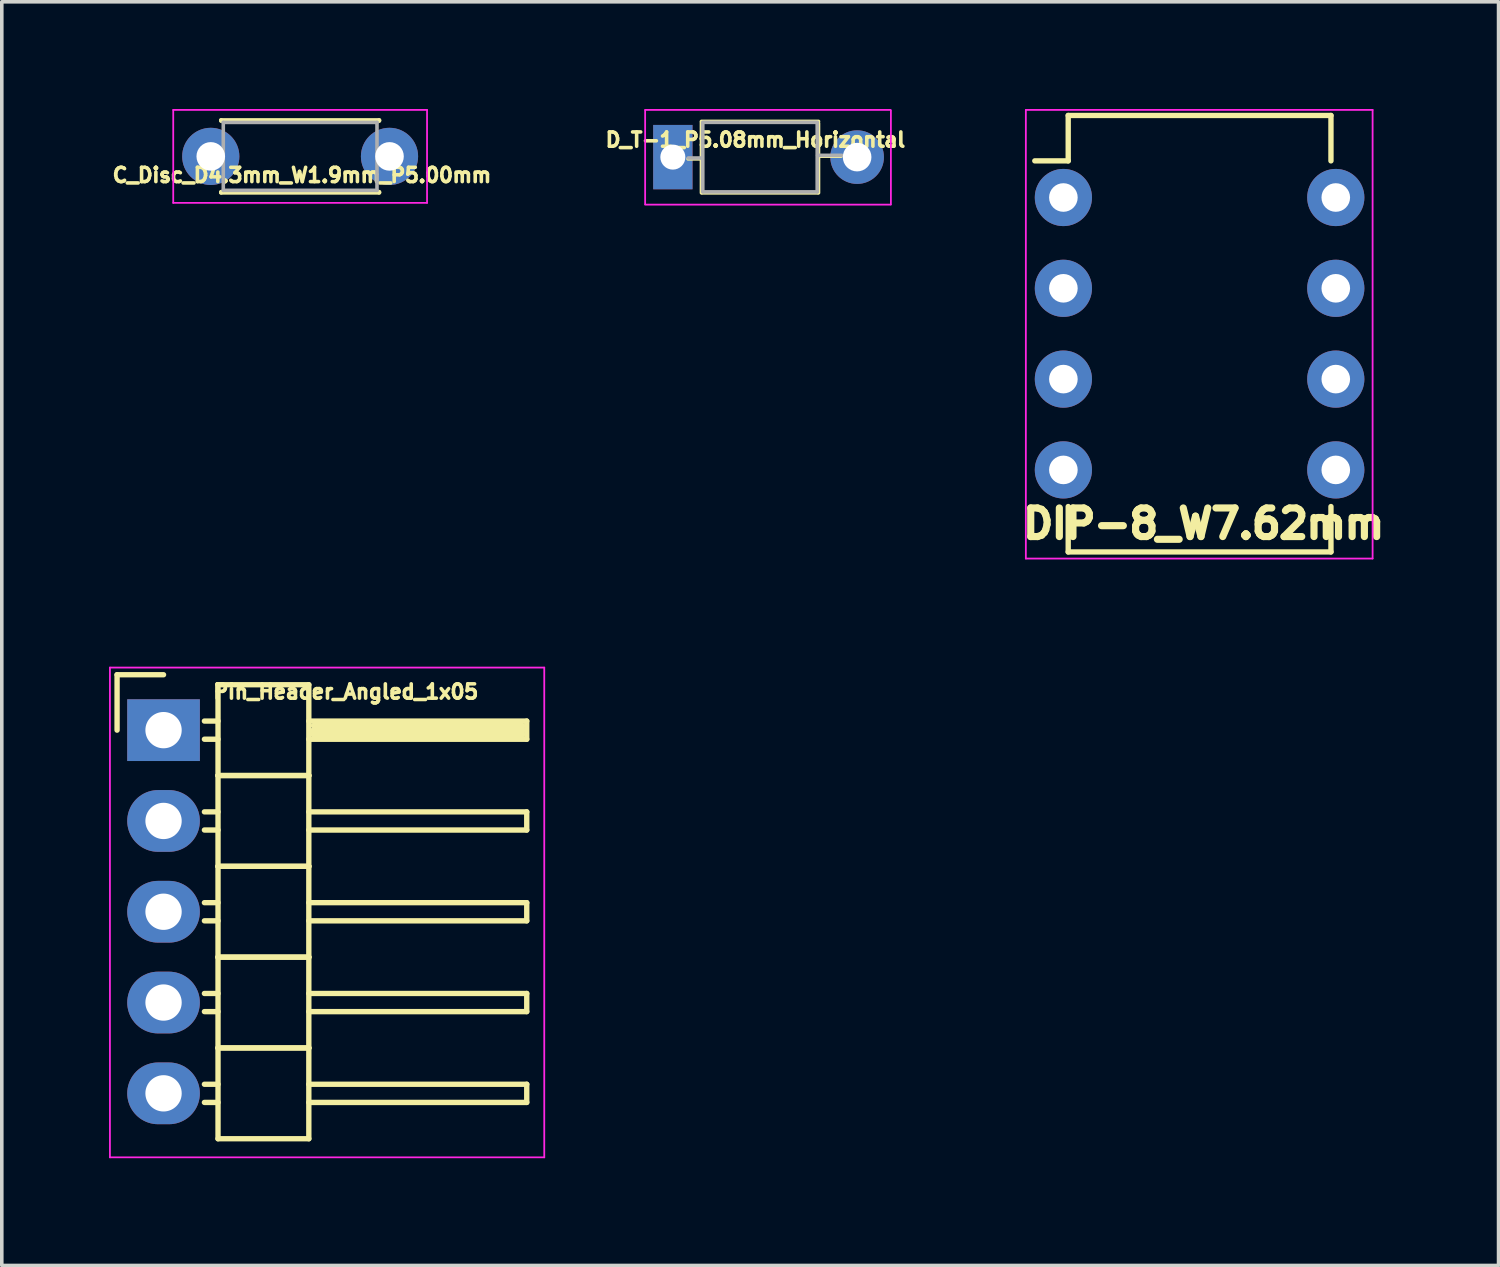
<source format=kicad_pcb>
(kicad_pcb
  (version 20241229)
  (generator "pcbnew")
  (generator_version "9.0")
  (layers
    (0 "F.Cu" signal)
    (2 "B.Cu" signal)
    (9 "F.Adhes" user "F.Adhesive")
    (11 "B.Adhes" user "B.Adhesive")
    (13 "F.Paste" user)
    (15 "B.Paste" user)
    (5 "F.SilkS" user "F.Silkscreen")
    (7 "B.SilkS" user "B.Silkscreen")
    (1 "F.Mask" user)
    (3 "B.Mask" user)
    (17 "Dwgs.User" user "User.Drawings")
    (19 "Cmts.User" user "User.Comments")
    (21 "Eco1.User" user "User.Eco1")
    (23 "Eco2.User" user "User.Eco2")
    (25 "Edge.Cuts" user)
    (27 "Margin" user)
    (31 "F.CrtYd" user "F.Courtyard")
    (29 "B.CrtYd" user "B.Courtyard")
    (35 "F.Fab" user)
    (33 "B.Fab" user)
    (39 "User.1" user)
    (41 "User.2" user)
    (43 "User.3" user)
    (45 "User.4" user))
  (footprint "Pin_Header_Angled_1x05"
    (layer "F.Cu")
    (at 1.525 17.375)
    (property "Reference" "Pin_Header_Angled_1x05" (at 5.1 -1.075 0) (layer "F.SilkS") (effects (font (size 0.4 0.4) (thickness 0.1))))
    (attr through_hole)
    (fp_line (start -1.3 -1.55) (end -1.3 0) (stroke (width 0.15) (type solid)) (layer "F.SilkS"))
    (fp_line (start 0 -1.55) (end -1.3 -1.55) (stroke (width 0.15) (type solid)) (layer "F.SilkS"))
    (fp_line (start 1.524 -1.27) (end 1.524 1.27) (stroke (width 0.15) (type solid)) (layer "F.SilkS"))
    (fp_line (start 1.524 -1.27) (end 4.064 -1.27) (stroke (width 0.15) (type solid)) (layer "F.SilkS"))
    (fp_line (start 1.524 -0.254) (end 1.143 -0.254) (stroke (width 0.15) (type solid)) (layer "F.SilkS"))
    (fp_line (start 1.524 0.254) (end 1.143 0.254) (stroke (width 0.15) (type solid)) (layer "F.SilkS"))
    (fp_line (start 1.524 1.27) (end 1.524 3.81) (stroke (width 0.15) (type solid)) (layer "F.SilkS"))
    (fp_line (start 1.524 1.27) (end 4.064 1.27) (stroke (width 0.15) (type solid)) (layer "F.SilkS"))
    (fp_line (start 1.524 1.27) (end 4.064 1.27) (stroke (width 0.15) (type solid)) (layer "F.SilkS"))
    (fp_line (start 1.524 2.286) (end 1.143 2.286) (stroke (width 0.15) (type solid)) (layer "F.SilkS"))
    (fp_line (start 1.524 2.794) (end 1.143 2.794) (stroke (width 0.15) (type solid)) (layer "F.SilkS"))
    (fp_line (start 1.524 3.81) (end 1.524 6.35) (stroke (width 0.15) (type solid)) (layer "F.SilkS"))
    (fp_line (start 1.524 3.81) (end 4.064 3.81) (stroke (width 0.15) (type solid)) (layer "F.SilkS"))
    (fp_line (start 1.524 3.81) (end 4.064 3.81) (stroke (width 0.15) (type solid)) (layer "F.SilkS"))
    (fp_line (start 1.524 4.826) (end 1.143 4.826) (stroke (width 0.15) (type solid)) (layer "F.SilkS"))
    (fp_line (start 1.524 5.334) (end 1.143 5.334) (stroke (width 0.15) (type solid)) (layer "F.SilkS"))
    (fp_line (start 1.524 6.35) (end 1.524 8.89) (stroke (width 0.15) (type solid)) (layer "F.SilkS"))
    (fp_line (start 1.524 6.35) (end 4.064 6.35) (stroke (width 0.15) (type solid)) (layer "F.SilkS"))
    (fp_line (start 1.524 6.35) (end 4.064 6.35) (stroke (width 0.15) (type solid)) (layer "F.SilkS"))
    (fp_line (start 1.524 7.366) (end 1.143 7.366) (stroke (width 0.15) (type solid)) (layer "F.SilkS"))
    (fp_line (start 1.524 7.874) (end 1.143 7.874) (stroke (width 0.15) (type solid)) (layer "F.SilkS"))
    (fp_line (start 1.524 8.89) (end 1.524 11.43) (stroke (width 0.15) (type solid)) (layer "F.SilkS"))
    (fp_line (start 1.524 8.89) (end 4.064 8.89) (stroke (width 0.15) (type solid)) (layer "F.SilkS"))
    (fp_line (start 1.524 8.89) (end 4.064 8.89) (stroke (width 0.15) (type solid)) (layer "F.SilkS"))
    (fp_line (start 1.524 9.906) (end 1.143 9.906) (stroke (width 0.15) (type solid)) (layer "F.SilkS"))
    (fp_line (start 1.524 10.414) (end 1.143 10.414) (stroke (width 0.15) (type solid)) (layer "F.SilkS"))
    (fp_line (start 1.524 11.43) (end 4.064 11.43) (stroke (width 0.15) (type solid)) (layer "F.SilkS"))
    (fp_line (start 4.064 -0.254) (end 10.16 -0.254) (stroke (width 0.15) (type solid)) (layer "F.SilkS"))
    (fp_line (start 4.064 1.27) (end 4.064 -1.27) (stroke (width 0.15) (type solid)) (layer "F.SilkS"))
    (fp_line (start 4.064 2.286) (end 10.16 2.286) (stroke (width 0.15) (type solid)) (layer "F.SilkS"))
    (fp_line (start 4.064 3.81) (end 4.064 1.27) (stroke (width 0.15) (type solid)) (layer "F.SilkS"))
    (fp_line (start 4.064 4.826) (end 10.16 4.826) (stroke (width 0.15) (type solid)) (layer "F.SilkS"))
    (fp_line (start 4.064 6.35) (end 4.064 3.81) (stroke (width 0.15) (type solid)) (layer "F.SilkS"))
    (fp_line (start 4.064 7.366) (end 10.16 7.366) (stroke (width 0.15) (type solid)) (layer "F.SilkS"))
    (fp_line (start 4.064 8.89) (end 4.064 6.35) (stroke (width 0.15) (type solid)) (layer "F.SilkS"))
    (fp_line (start 4.064 9.906) (end 10.16 9.906) (stroke (width 0.15) (type solid)) (layer "F.SilkS"))
    (fp_line (start 4.064 11.43) (end 4.064 8.89) (stroke (width 0.15) (type solid)) (layer "F.SilkS"))
    (fp_line (start 4.191 -0.127) (end 10.033 -0.127) (stroke (width 0.15) (type solid)) (layer "F.SilkS"))
    (fp_line (start 4.191 0) (end 10.033 0) (stroke (width 0.15) (type solid)) (layer "F.SilkS"))
    (fp_line (start 4.191 0.127) (end 4.191 0) (stroke (width 0.15) (type solid)) (layer "F.SilkS"))
    (fp_line (start 10.033 -0.127) (end 10.033 0.127) (stroke (width 0.15) (type solid)) (layer "F.SilkS"))
    (fp_line (start 10.033 0.127) (end 4.191 0.127) (stroke (width 0.15) (type solid)) (layer "F.SilkS"))
    (fp_line (start 10.16 -0.254) (end 10.16 0.254) (stroke (width 0.15) (type solid)) (layer "F.SilkS"))
    (fp_line (start 10.16 0.254) (end 4.064 0.254) (stroke (width 0.15) (type solid)) (layer "F.SilkS"))
    (fp_line (start 10.16 2.286) (end 10.16 2.794) (stroke (width 0.15) (type solid)) (layer "F.SilkS"))
    (fp_line (start 10.16 2.794) (end 4.064 2.794) (stroke (width 0.15) (type solid)) (layer "F.SilkS"))
    (fp_line (start 10.16 4.826) (end 10.16 5.334) (stroke (width 0.15) (type solid)) (layer "F.SilkS"))
    (fp_line (start 10.16 5.334) (end 4.064 5.334) (stroke (width 0.15) (type solid)) (layer "F.SilkS"))
    (fp_line (start 10.16 7.366) (end 10.16 7.874) (stroke (width 0.15) (type solid)) (layer "F.SilkS"))
    (fp_line (start 10.16 7.874) (end 4.064 7.874) (stroke (width 0.15) (type solid)) (layer "F.SilkS"))
    (fp_line (start 10.16 9.906) (end 10.16 10.414) (stroke (width 0.15) (type solid)) (layer "F.SilkS"))
    (fp_line (start 10.16 10.414) (end 4.064 10.414) (stroke (width 0.15) (type solid)) (layer "F.SilkS"))
    (fp_line (start -1.5 -1.75) (end -1.5 11.95) (stroke (width 0.05) (type solid)) (layer "F.CrtYd"))
    (fp_line (start -1.5 -1.75) (end 10.65 -1.75) (stroke (width 0.05) (type solid)) (layer "F.CrtYd"))
    (fp_line (start -1.5 11.95) (end 10.65 11.95) (stroke (width 0.05) (type solid)) (layer "F.CrtYd"))
    (fp_line (start 10.65 -1.75) (end 10.65 11.95) (stroke (width 0.05) (type solid)) (layer "F.CrtYd"))
    (pad "1" thru_hole rect (at 0 0) (size 2.032 1.727) (drill 1.016) (layers "*.Cu" "*.Mask"))
    (pad "2" thru_hole oval (at 0 2.54) (size 2.032 1.727) (drill 1.016) (layers "*.Cu" "*.Mask"))
    (pad "3" thru_hole oval (at 0 5.08) (size 2.032 1.727) (drill 1.016) (layers "*.Cu" "*.Mask"))
    (pad "4" thru_hole oval (at 0 7.62) (size 2.032 1.727) (drill 1.016) (layers "*.Cu" "*.Mask"))
    (pad "5" thru_hole oval (at 0 10.16) (size 2.032 1.727) (drill 1.016) (layers "*.Cu" "*.Mask")))
  (footprint "D_T-1_P5.08mm_Horizontal"
    (placed yes)
    (layer "F.Cu")
    (at 18.522 1.37)
    (property "Reference" "D_T-1_P5.08mm_Horizontal" (at -0.439 -0.509 0) (layer "F.SilkS") (effects (font (size 0.4 0.4) (thickness 0.1))))
    (attr through_hole)
    (fp_line (start -1.975 0.025) (end -2.325 0.025) (stroke (width 0.1) (type solid)) (layer "F.SilkS"))
    (fp_line (start -1.95 -1.025) (end 1.325 -1.025) (stroke (width 0.1) (type solid)) (layer "F.SilkS"))
    (fp_line (start -1.95 0.975) (end -1.95 -1) (stroke (width 0.1) (type solid)) (layer "F.SilkS"))
    (fp_line (start 1.3 0.975) (end -1.925 0.975) (stroke (width 0.1) (type solid)) (layer "F.SilkS"))
    (fp_line (start 1.325 -0.975) (end 1.325 0.975) (stroke (width 0.1) (type solid)) (layer "F.SilkS"))
    (fp_line (start 1.35 -0.05) (end 1.955 -0.05) (stroke (width 0.1) (type solid)) (layer "F.SilkS"))
    (fp_line (start -3.525 -1.339) (end -3.525 1.29) (stroke (width 0.05) (type solid)) (layer "F.CrtYd"))
    (fp_line (start 3.342 -1.345) (end -3.525 -1.345) (stroke (width 0.05) (type solid)) (layer "F.CrtYd"))
    (fp_line (start 3.342 1.305) (end -3.525 1.305) (stroke (width 0.05) (type solid)) (layer "F.CrtYd"))
    (fp_line (start 3.35 1.3) (end 3.35 -1.329) (stroke (width 0.05) (type solid)) (layer "F.CrtYd"))
    (fp_line (start -1.95 0) (end -2.32 0) (stroke (width 0.1) (type solid)) (layer "F.Fab"))
    (fp_line (start -1.912 -0.985) (end -1.912 0.94) (stroke (width 0.1) (type solid)) (layer "F.Fab"))
    (fp_line (start -1.91 0.947) (end 1.29 0.947) (stroke (width 0.1) (type solid)) (layer "F.Fab"))
    (fp_line (start 1.288 -0.985) (end 1.288 0.94) (stroke (width 0.1) (type solid)) (layer "F.Fab"))
    (fp_line (start 1.29 -0.998) (end -1.91 -0.998) (stroke (width 0.1) (type solid)) (layer "F.Fab"))
    (fp_line (start 1.3 -0.075) (end 1.975 -0.075) (stroke (width 0.1) (type solid)) (layer "F.Fab"))
    (pad "1" thru_hole rect (at -2.75 -0.025) (size 1.1 1.8) (drill 0.7) (layers "*.Cu" "*.Mask"))
    (pad "2" thru_hole oval (at 2.405 -0.025) (size 1.5 1.5) (drill 0.8) (layers "*.Cu" "*.Mask")))
  (footprint "C_Disc_D4.3mm_W1.9mm_P5.00mm"
    (layer "F.Cu")
    (at 2.846 1.325)
    (property "Reference" "C_Disc_D4.3mm_W1.9mm_P5.00mm" (at 2.55 0.525 0) (layer "F.SilkS") (effects (font (size 0.4 0.4) (thickness 0.1))))
    (attr through_hole)
    (fp_line (start 0.29 -1.01) (end 0.29 -0.996) (stroke (width 0.12) (type solid)) (layer "F.SilkS"))
    (fp_line (start 0.29 -1.01) (end 4.71 -1.01) (stroke (width 0.12) (type solid)) (layer "F.SilkS"))
    (fp_line (start 0.29 0.996) (end 0.29 1.01) (stroke (width 0.12) (type solid)) (layer "F.SilkS"))
    (fp_line (start 0.29 1.01) (end 4.71 1.01) (stroke (width 0.12) (type solid)) (layer "F.SilkS"))
    (fp_line (start 4.71 -1.01) (end 4.71 -0.996) (stroke (width 0.12) (type solid)) (layer "F.SilkS"))
    (fp_line (start 4.71 0.996) (end 4.71 1.01) (stroke (width 0.12) (type solid)) (layer "F.SilkS"))
    (fp_line (start -1.05 -1.3) (end -1.05 1.3) (stroke (width 0.05) (type solid)) (layer "F.CrtYd"))
    (fp_line (start -1.05 1.3) (end 6.05 1.3) (stroke (width 0.05) (type solid)) (layer "F.CrtYd"))
    (fp_line (start 6.05 -1.3) (end -1.05 -1.3) (stroke (width 0.05) (type solid)) (layer "F.CrtYd"))
    (fp_line (start 6.05 1.3) (end 6.05 -1.3) (stroke (width 0.05) (type solid)) (layer "F.CrtYd"))
    (fp_line (start 0.35 -0.95) (end 0.35 0.95) (stroke (width 0.1) (type solid)) (layer "F.Fab"))
    (fp_line (start 0.35 0.95) (end 4.65 0.95) (stroke (width 0.1) (type solid)) (layer "F.Fab"))
    (fp_line (start 4.65 -0.95) (end 0.35 -0.95) (stroke (width 0.1) (type solid)) (layer "F.Fab"))
    (fp_line (start 4.65 0.95) (end 4.65 -0.95) (stroke (width 0.1) (type solid)) (layer "F.Fab"))
    (pad "1" thru_hole circle (at 0 0) (size 1.6 1.6) (drill 0.8) (layers "*.Cu" "*.Mask"))
    (pad "2" thru_hole circle (at 5 0) (size 1.6 1.6) (drill 0.8) (layers "*.Cu" "*.Mask")))
  (footprint "DIP-8_W7.62mm"
    (layer "F.Cu")
    (at 26.697 2.475)
    (property "Reference" "DIP-8_W7.62mm" (at 3.925 9.125 0) (layer "F.SilkS") (effects (font (size 0.8 0.8) (thickness 0.2))))
    (attr through_hole)
    (fp_line (start 0.135 -2.295) (end 0.135 -1.025) (stroke (width 0.15) (type solid)) (layer "F.SilkS"))
    (fp_line (start 0.135 -2.295) (end 7.485 -2.295) (stroke (width 0.15) (type solid)) (layer "F.SilkS"))
    (fp_line (start 0.135 -1.025) (end -0.8 -1.025) (stroke (width 0.15) (type solid)) (layer "F.SilkS"))
    (fp_line (start 0.135 9.915) (end 0.135 8.645) (stroke (width 0.15) (type solid)) (layer "F.SilkS"))
    (fp_line (start 0.135 9.915) (end 7.485 9.915) (stroke (width 0.15) (type solid)) (layer "F.SilkS"))
    (fp_line (start 7.485 -2.295) (end 7.485 -1.025) (stroke (width 0.15) (type solid)) (layer "F.SilkS"))
    (fp_line (start 7.485 9.915) (end 7.485 8.645) (stroke (width 0.15) (type solid)) (layer "F.SilkS"))
    (fp_line (start -1.05 -2.45) (end -1.05 10.1) (stroke (width 0.05) (type solid)) (layer "F.CrtYd"))
    (fp_line (start -1.05 -2.45) (end 8.65 -2.45) (stroke (width 0.05) (type solid)) (layer "F.CrtYd"))
    (fp_line (start -1.05 10.1) (end 8.65 10.1) (stroke (width 0.05) (type solid)) (layer "F.CrtYd"))
    (fp_line (start 8.65 -2.45) (end 8.65 10.1) (stroke (width 0.05) (type solid)) (layer "F.CrtYd"))
    (pad "1" thru_hole oval (at 0 0) (size 1.6 1.6) (drill 0.8) (layers "*.Cu" "*.Mask"))
    (pad "2" thru_hole oval (at 0 2.54) (size 1.6 1.6) (drill 0.8) (layers "*.Cu" "*.Mask"))
    (pad "3" thru_hole oval (at 0 5.08) (size 1.6 1.6) (drill 0.8) (layers "*.Cu" "*.Mask"))
    (pad "4" thru_hole oval (at 0 7.62) (size 1.6 1.6) (drill 0.8) (layers "*.Cu" "*.Mask"))
    (pad "5" thru_hole oval (at 7.62 7.62) (size 1.6 1.6) (drill 0.8) (layers "*.Cu" "*.Mask"))
    (pad "6" thru_hole oval (at 7.62 5.08) (size 1.6 1.6) (drill 0.8) (layers "*.Cu" "*.Mask"))
    (pad "7" thru_hole oval (at 7.62 2.54) (size 1.6 1.6) (drill 0.8) (layers "*.Cu" "*.Mask"))
    (pad "8" thru_hole oval (at 7.62 0) (size 1.6 1.6) (drill 0.8) (layers "*.Cu" "*.Mask")))
  (gr_rect
    (start -3 -3)
    (end 38.87 32.35)
    (stroke (width 0.1) (type default))
    (fill no)
    (layer "Edge.Cuts")))
</source>
